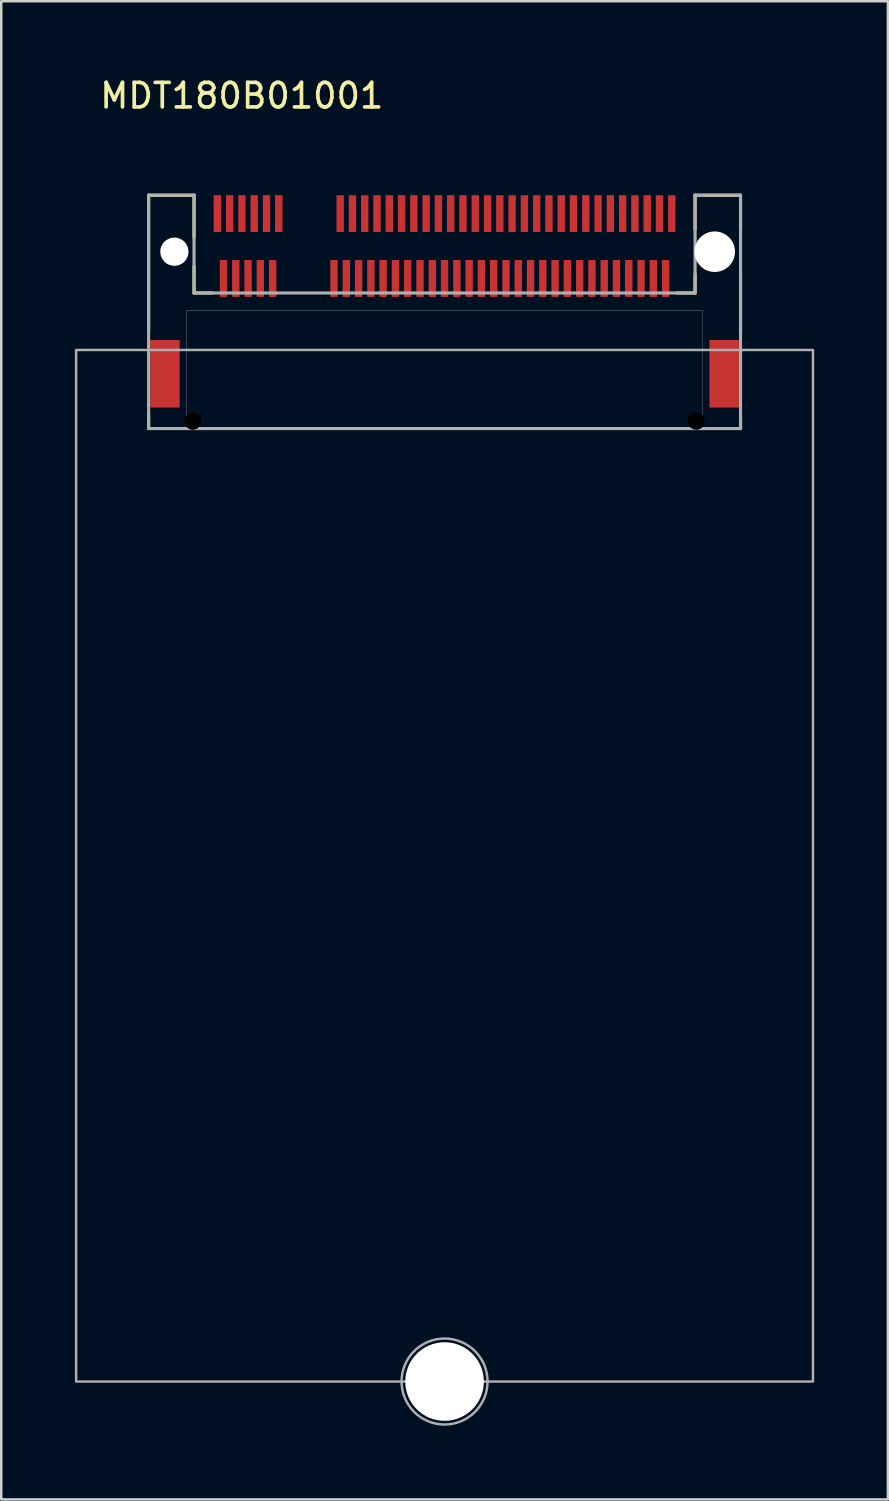
<source format=kicad_pcb>
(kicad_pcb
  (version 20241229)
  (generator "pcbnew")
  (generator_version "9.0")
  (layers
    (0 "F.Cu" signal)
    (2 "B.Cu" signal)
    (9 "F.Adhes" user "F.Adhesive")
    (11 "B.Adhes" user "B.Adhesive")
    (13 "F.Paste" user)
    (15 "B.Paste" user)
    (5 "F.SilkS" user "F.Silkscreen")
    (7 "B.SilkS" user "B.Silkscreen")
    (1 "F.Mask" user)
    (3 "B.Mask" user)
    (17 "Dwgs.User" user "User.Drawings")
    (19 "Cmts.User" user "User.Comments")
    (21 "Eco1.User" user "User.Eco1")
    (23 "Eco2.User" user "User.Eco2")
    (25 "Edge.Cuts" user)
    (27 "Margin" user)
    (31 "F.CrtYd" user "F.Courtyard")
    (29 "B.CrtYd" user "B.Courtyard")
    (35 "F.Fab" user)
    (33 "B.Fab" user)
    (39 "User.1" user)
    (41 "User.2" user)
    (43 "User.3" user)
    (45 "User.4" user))
  (footprint "MDT180B01001"
    (layer "F.Cu")
    (at 15.05 7.198)
    (property "Reference" "MDT180B01001" (at -8.255 -6.35 0) (layer "F.SilkS") (effects (font (size 1 1) (thickness 0.15))))
    (attr smd allow_missing_courtyard)
    (fp_line (start -12.05 -2.3) (end -12.05 3.281) (stroke (width 0.127) (type solid)) (layer "F.SilkS"))
    (fp_line (start -12.05 6.659) (end -12.05 7.2) (stroke (width 0.127) (type solid)) (layer "F.SilkS"))
    (fp_line (start -10.2 -2.3) (end -12.05 -2.3) (stroke (width 0.127) (type solid)) (layer "F.SilkS"))
    (fp_line (start -10.2 -0.6) (end -10.2 -2.3) (stroke (width 0.127) (type solid)) (layer "F.SilkS"))
    (fp_line (start -10.2 1.68) (end -10.2 0.6) (stroke (width 0.127) (type solid)) (layer "F.SilkS"))
    (fp_line (start -10.2 1.68) (end -9.463 1.68) (stroke (width 0.127) (type solid)) (layer "F.SilkS"))
    (fp_line (start 10.2 -2.3) (end 10.2 -0.9) (stroke (width 0.127) (type solid)) (layer "F.SilkS"))
    (fp_line (start 10.2 0.9) (end 10.2 1.68) (stroke (width 0.127) (type solid)) (layer "F.SilkS"))
    (fp_line (start 10.2 1.68) (end 9.463 1.68) (stroke (width 0.127) (type solid)) (layer "F.SilkS"))
    (fp_line (start 12.05 -2.3) (end 10.2 -2.3) (stroke (width 0.127) (type solid)) (layer "F.SilkS"))
    (fp_line (start 12.05 -0.9) (end 12.05 -2.3) (stroke (width 0.127) (type solid)) (layer "F.SilkS"))
    (fp_line (start 12.05 3.281) (end 12.05 0.9) (stroke (width 0.127) (type solid)) (layer "F.SilkS"))
    (fp_line (start 12.05 6.659) (end 12.05 7.2) (stroke (width 0.127) (type solid)) (layer "F.SilkS"))
    (fp_line (start -10.5 2.39) (end -10.5 7.2) (stroke (width 0.01) (type solid)) (layer "Edge.Cuts"))
    (fp_line (start -10.5 7.2) (end 10.5 7.2) (stroke (width 0.01) (type solid)) (layer "Edge.Cuts"))
    (fp_line (start 10.5 2.39) (end -10.5 2.39) (stroke (width 0.01) (type solid)) (layer "Edge.Cuts"))
    (fp_line (start 10.5 7.2) (end 10.5 2.39) (stroke (width 0.01) (type solid)) (layer "Edge.Cuts"))
    (fp_line (start -12.05 -2.3) (end -12.05 7.2) (stroke (width 0.127) (type solid)) (layer "F.Fab"))
    (fp_line (start -12.05 7.2) (end 12.05 7.2) (stroke (width 0.127) (type solid)) (layer "F.Fab"))
    (fp_line (start -10.2 -2.3) (end -12.05 -2.3) (stroke (width 0.127) (type solid)) (layer "F.Fab"))
    (fp_line (start -10.2 1.68) (end -10.2 -2.3) (stroke (width 0.127) (type solid)) (layer "F.Fab"))
    (fp_line (start 10.2 -2.3) (end 10.2 1.68) (stroke (width 0.127) (type solid)) (layer "F.Fab"))
    (fp_line (start 10.2 1.68) (end -10.2 1.68) (stroke (width 0.127) (type solid)) (layer "F.Fab"))
    (fp_line (start 12.05 -2.3) (end 10.2 -2.3) (stroke (width 0.127) (type solid)) (layer "F.Fab"))
    (fp_line (start 12.05 7.2) (end 12.05 -2.3) (stroke (width 0.127) (type solid)) (layer "F.Fab"))
    (fp_rect (start -15 4) (end 15 46) (stroke (width 0.1) (type default)) (fill no) (layer "F.Fab"))
    (fp_circle (center 0 46) (end 1.75 46) (stroke (width 0.1) (type default)) (fill no) (layer "F.Fab"))
    (pad "" np_thru_hole circle (at -11 0) (size 1.15 1.15) (drill 1.15) (layers "*.Cu" "*.Mask"))
    (pad "" np_thru_hole circle (at -10.25 6.9) (size 0.7 0.7) (drill 0.7) (layers "*.Mask"))
    (pad "" np_thru_hole circle (at 0 46) (size 3.2 3.2) (drill 3.2) (layers "*.Cu" "*.Mask"))
    (pad "" np_thru_hole circle (at 10.25 6.9) (size 0.7 0.7) (drill 0.7) (layers "*.Mask"))
    (pad "" np_thru_hole circle (at 11 0) (size 1.65 1.65) (drill 1.65) (layers "*.Cu" "*.Mask"))
    (pad "1" smd rect (at -9.25 -1.55) (size 0.3 1.5) (layers "F.Cu" "F.Mask" "F.Paste"))
    (pad "2" smd rect (at -9 1.09) (size 0.3 1.5) (layers "F.Cu" "F.Mask" "F.Paste"))
    (pad "3" smd rect (at -8.75 -1.55) (size 0.3 1.5) (layers "F.Cu" "F.Mask" "F.Paste"))
    (pad "4" smd rect (at -8.5 1.09) (size 0.3 1.5) (layers "F.Cu" "F.Mask" "F.Paste"))
    (pad "5" smd rect (at -8.25 -1.55) (size 0.3 1.5) (layers "F.Cu" "F.Mask" "F.Paste"))
    (pad "6" smd rect (at -8 1.09) (size 0.3 1.5) (layers "F.Cu" "F.Mask" "F.Paste"))
    (pad "7" smd rect (at -7.75 -1.55) (size 0.3 1.5) (layers "F.Cu" "F.Mask" "F.Paste"))
    (pad "8" smd rect (at -7.5 1.09) (size 0.3 1.5) (layers "F.Cu" "F.Mask" "F.Paste"))
    (pad "9" smd rect (at -7.25 -1.55) (size 0.3 1.5) (layers "F.Cu" "F.Mask" "F.Paste"))
    (pad "10" smd rect (at -7 1.09) (size 0.3 1.5) (layers "F.Cu" "F.Mask" "F.Paste"))
    (pad "11" smd rect (at -6.75 -1.55) (size 0.3 1.5) (layers "F.Cu" "F.Mask" "F.Paste"))
    (pad "20" smd rect (at -4.5 1.09) (size 0.3 1.5) (layers "F.Cu" "F.Mask" "F.Paste"))
    (pad "21" smd rect (at -4.25 -1.55) (size 0.3 1.5) (layers "F.Cu" "F.Mask" "F.Paste"))
    (pad "22" smd rect (at -4 1.09) (size 0.3 1.5) (layers "F.Cu" "F.Mask" "F.Paste"))
    (pad "23" smd rect (at -3.75 -1.55) (size 0.3 1.5) (layers "F.Cu" "F.Mask" "F.Paste"))
    (pad "24" smd rect (at -3.5 1.09) (size 0.3 1.5) (layers "F.Cu" "F.Mask" "F.Paste"))
    (pad "25" smd rect (at -3.25 -1.55) (size 0.3 1.5) (layers "F.Cu" "F.Mask" "F.Paste"))
    (pad "26" smd rect (at -3 1.09) (size 0.3 1.5) (layers "F.Cu" "F.Mask" "F.Paste"))
    (pad "27" smd rect (at -2.75 -1.55) (size 0.3 1.5) (layers "F.Cu" "F.Mask" "F.Paste"))
    (pad "28" smd rect (at -2.5 1.09) (size 0.3 1.5) (layers "F.Cu" "F.Mask" "F.Paste"))
    (pad "29" smd rect (at -2.25 -1.55) (size 0.3 1.5) (layers "F.Cu" "F.Mask" "F.Paste"))
    (pad "30" smd rect (at -2 1.09) (size 0.3 1.5) (layers "F.Cu" "F.Mask" "F.Paste"))
    (pad "31" smd rect (at -1.75 -1.55) (size 0.3 1.5) (layers "F.Cu" "F.Mask" "F.Paste"))
    (pad "32" smd rect (at -1.5 1.09) (size 0.3 1.5) (layers "F.Cu" "F.Mask" "F.Paste"))
    (pad "33" smd rect (at -1.25 -1.55) (size 0.3 1.5) (layers "F.Cu" "F.Mask" "F.Paste"))
    (pad "34" smd rect (at -1 1.09) (size 0.3 1.5) (layers "F.Cu" "F.Mask" "F.Paste"))
    (pad "35" smd rect (at -0.75 -1.55) (size 0.3 1.5) (layers "F.Cu" "F.Mask" "F.Paste"))
    (pad "36" smd rect (at -0.5 1.09) (size 0.3 1.5) (layers "F.Cu" "F.Mask" "F.Paste"))
    (pad "37" smd rect (at -0.25 -1.55) (size 0.3 1.5) (layers "F.Cu" "F.Mask" "F.Paste"))
    (pad "38" smd rect (at 0 1.09) (size 0.3 1.5) (layers "F.Cu" "F.Mask" "F.Paste"))
    (pad "39" smd rect (at 0.25 -1.55) (size 0.3 1.5) (layers "F.Cu" "F.Mask" "F.Paste"))
    (pad "40" smd rect (at 0.5 1.09) (size 0.3 1.5) (layers "F.Cu" "F.Mask" "F.Paste"))
    (pad "41" smd rect (at 0.75 -1.55) (size 0.3 1.5) (layers "F.Cu" "F.Mask" "F.Paste"))
    (pad "42" smd rect (at 1 1.09) (size 0.3 1.5) (layers "F.Cu" "F.Mask" "F.Paste"))
    (pad "43" smd rect (at 1.25 -1.55) (size 0.3 1.5) (layers "F.Cu" "F.Mask" "F.Paste"))
    (pad "44" smd rect (at 1.5 1.09) (size 0.3 1.5) (layers "F.Cu" "F.Mask" "F.Paste"))
    (pad "45" smd rect (at 1.75 -1.55) (size 0.3 1.5) (layers "F.Cu" "F.Mask" "F.Paste"))
    (pad "46" smd rect (at 2 1.09) (size 0.3 1.5) (layers "F.Cu" "F.Mask" "F.Paste"))
    (pad "47" smd rect (at 2.25 -1.55) (size 0.3 1.5) (layers "F.Cu" "F.Mask" "F.Paste"))
    (pad "48" smd rect (at 2.5 1.09) (size 0.3 1.5) (layers "F.Cu" "F.Mask" "F.Paste"))
    (pad "49" smd rect (at 2.75 -1.55) (size 0.3 1.5) (layers "F.Cu" "F.Mask" "F.Paste"))
    (pad "50" smd rect (at 3 1.09) (size 0.3 1.5) (layers "F.Cu" "F.Mask" "F.Paste"))
    (pad "51" smd rect (at 3.25 -1.55) (size 0.3 1.5) (layers "F.Cu" "F.Mask" "F.Paste"))
    (pad "52" smd rect (at 3.5 1.09) (size 0.3 1.5) (layers "F.Cu" "F.Mask" "F.Paste"))
    (pad "53" smd rect (at 3.75 -1.55) (size 0.3 1.5) (layers "F.Cu" "F.Mask" "F.Paste"))
    (pad "54" smd rect (at 4 1.09) (size 0.3 1.5) (layers "F.Cu" "F.Mask" "F.Paste"))
    (pad "55" smd rect (at 4.25 -1.55) (size 0.3 1.5) (layers "F.Cu" "F.Mask" "F.Paste"))
    (pad "56" smd rect (at 4.5 1.09) (size 0.3 1.5) (layers "F.Cu" "F.Mask" "F.Paste"))
    (pad "57" smd rect (at 4.75 -1.55) (size 0.3 1.5) (layers "F.Cu" "F.Mask" "F.Paste"))
    (pad "58" smd rect (at 5 1.09) (size 0.3 1.5) (layers "F.Cu" "F.Mask" "F.Paste"))
    (pad "59" smd rect (at 5.25 -1.55) (size 0.3 1.5) (layers "F.Cu" "F.Mask" "F.Paste"))
    (pad "60" smd rect (at 5.5 1.09) (size 0.3 1.5) (layers "F.Cu" "F.Mask" "F.Paste"))
    (pad "61" smd rect (at 5.75 -1.55) (size 0.3 1.5) (layers "F.Cu" "F.Mask" "F.Paste"))
    (pad "62" smd rect (at 6 1.09) (size 0.3 1.5) (layers "F.Cu" "F.Mask" "F.Paste"))
    (pad "63" smd rect (at 6.25 -1.55) (size 0.3 1.5) (layers "F.Cu" "F.Mask" "F.Paste"))
    (pad "64" smd rect (at 6.5 1.09) (size 0.3 1.5) (layers "F.Cu" "F.Mask" "F.Paste"))
    (pad "65" smd rect (at 6.75 -1.55) (size 0.3 1.5) (layers "F.Cu" "F.Mask" "F.Paste"))
    (pad "66" smd rect (at 7 1.09) (size 0.3 1.5) (layers "F.Cu" "F.Mask" "F.Paste"))
    (pad "67" smd rect (at 7.25 -1.55) (size 0.3 1.5) (layers "F.Cu" "F.Mask" "F.Paste"))
    (pad "68" smd rect (at 7.5 1.09) (size 0.3 1.5) (layers "F.Cu" "F.Mask" "F.Paste"))
    (pad "69" smd rect (at 7.75 -1.55) (size 0.3 1.5) (layers "F.Cu" "F.Mask" "F.Paste"))
    (pad "70" smd rect (at 8 1.09) (size 0.3 1.5) (layers "F.Cu" "F.Mask" "F.Paste"))
    (pad "71" smd rect (at 8.25 -1.55) (size 0.3 1.5) (layers "F.Cu" "F.Mask" "F.Paste"))
    (pad "72" smd rect (at 8.5 1.09) (size 0.3 1.5) (layers "F.Cu" "F.Mask" "F.Paste"))
    (pad "73" smd rect (at 8.75 -1.55) (size 0.3 1.5) (layers "F.Cu" "F.Mask" "F.Paste"))
    (pad "74" smd rect (at 9 1.09) (size 0.3 1.5) (layers "F.Cu" "F.Mask" "F.Paste"))
    (pad "75" smd rect (at 9.25 -1.55) (size 0.3 1.5) (layers "F.Cu" "F.Mask" "F.Paste"))
    (pad "S1" smd rect (at -11.385 4.97) (size 1.2 2.75) (layers "F.Cu" "F.Mask" "F.Paste"))
    (pad "S2" smd rect (at 11.385 4.97) (size 1.2 2.75) (layers "F.Cu" "F.Mask" "F.Paste")))
  (gr_rect
    (start -3 -3)
    (end 33.1 57.998)
    (stroke (width 0.1) (type default))
    (fill no)
    (layer "Edge.Cuts")))
</source>
